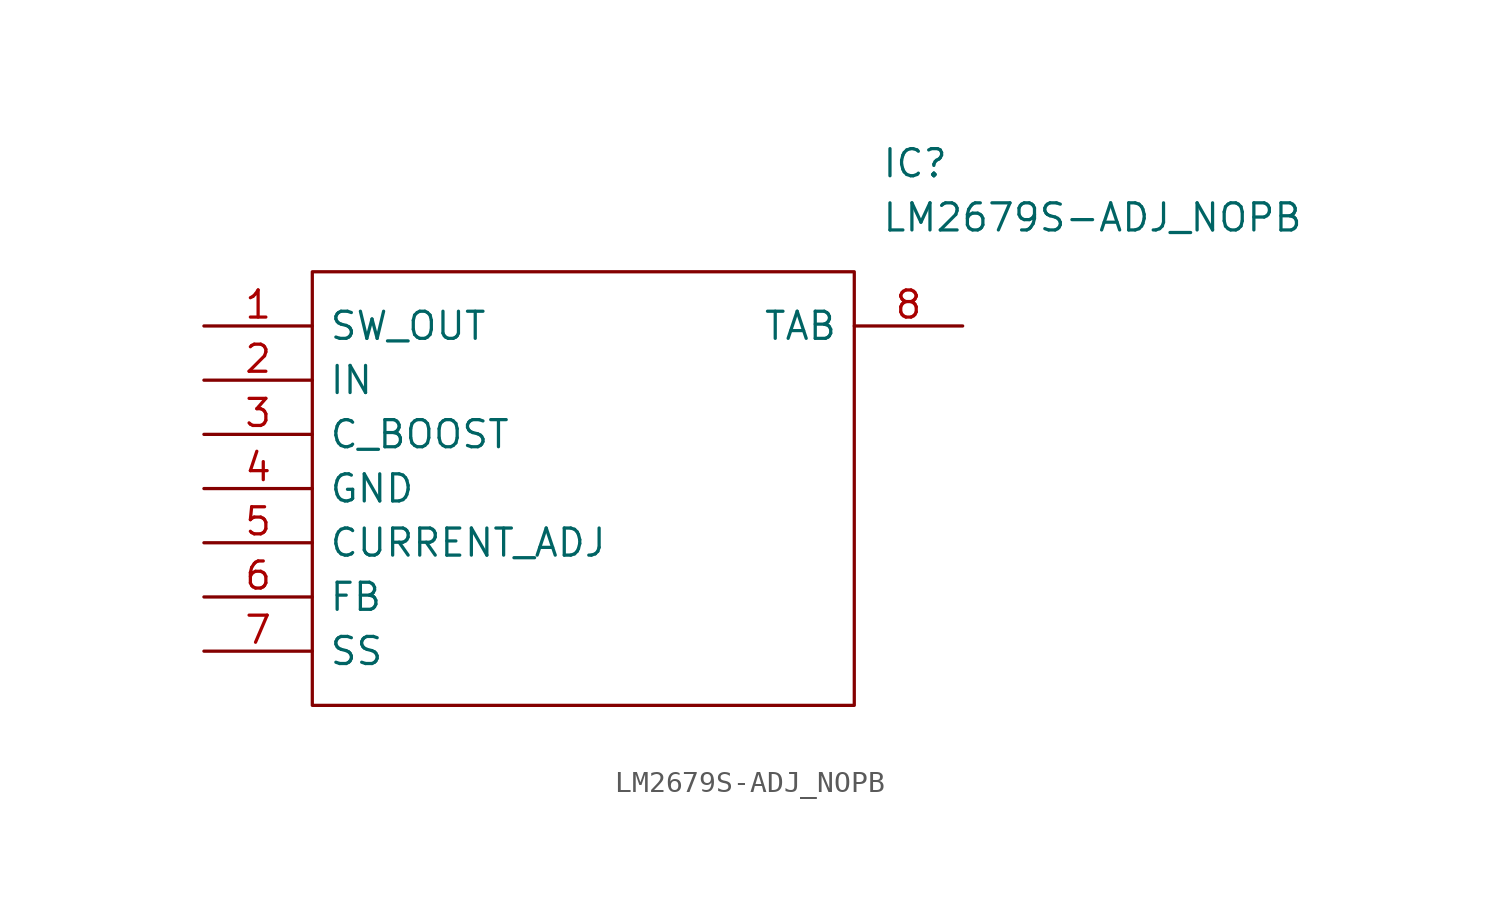
<source format=kicad_sym>
(kicad_symbol_lib
  (version 20211014)
  (generator kicad_symbol_editor)
  (symbol "LM2679S-ADJ_NOPB"
    (pin_names
      (offset 0.762))
    (property "Reference" "IC"
      (at 31.75 7.62 0)
      (effects (font (size 1.27 1.27)) (justify left)))
    (property "Value" "LM2679S-ADJ_NOPB"
      (at 31.75 5.08 0)
      (effects (font (size 1.27 1.27)) (justify left)))
    (symbol "LM2679S-ADJ_NOPB_0_0"
      (pin output line (at 0 0 0) (length 5.08) (name "SW_OUT" (effects (font (size 1.27 1.27)))) (number "1" (effects (font (size 1.27 1.27)))))
      (pin input line (at 0 -2.54 0) (length 5.08) (name "IN" (effects (font (size 1.27 1.27)))) (number "2" (effects (font (size 1.27 1.27)))))
      (pin passive line (at 0 -5.08 0) (length 5.08) (name "C_BOOST" (effects (font (size 1.27 1.27)))) (number "3" (effects (font (size 1.27 1.27)))))
      (pin power_in line (at 0 -7.62 0) (length 5.08) (name "GND" (effects (font (size 1.27 1.27)))) (number "4" (effects (font (size 1.27 1.27)))))
      (pin passive line (at 0 -10.16 0) (length 5.08) (name "CURRENT_ADJ" (effects (font (size 1.27 1.27)))) (number "5" (effects (font (size 1.27 1.27)))))
      (pin passive line (at 0 -12.7 0) (length 5.08) (name "FB" (effects (font (size 1.27 1.27)))) (number "6" (effects (font (size 1.27 1.27)))))
      (pin passive line (at 0 -15.24 0) (length 5.08) (name "SS" (effects (font (size 1.27 1.27)))) (number "7" (effects (font (size 1.27 1.27)))))
      (pin passive line (at 35.56 0 180) (length 5.08) (name "TAB" (effects (font (size 1.27 1.27)))) (number "8" (effects (font (size 1.27 1.27))))))
    (symbol "LM2679S-ADJ_NOPB_0_1"
      (polyline (pts (xy 5.08 2.54) (xy 30.48 2.54) (xy 30.48 -17.78) (xy 5.08 -17.78) (xy 5.08 2.54)) (stroke (width 0.152) (type default) (color 0 0 0 0)) (fill (type none))))))
</source>
